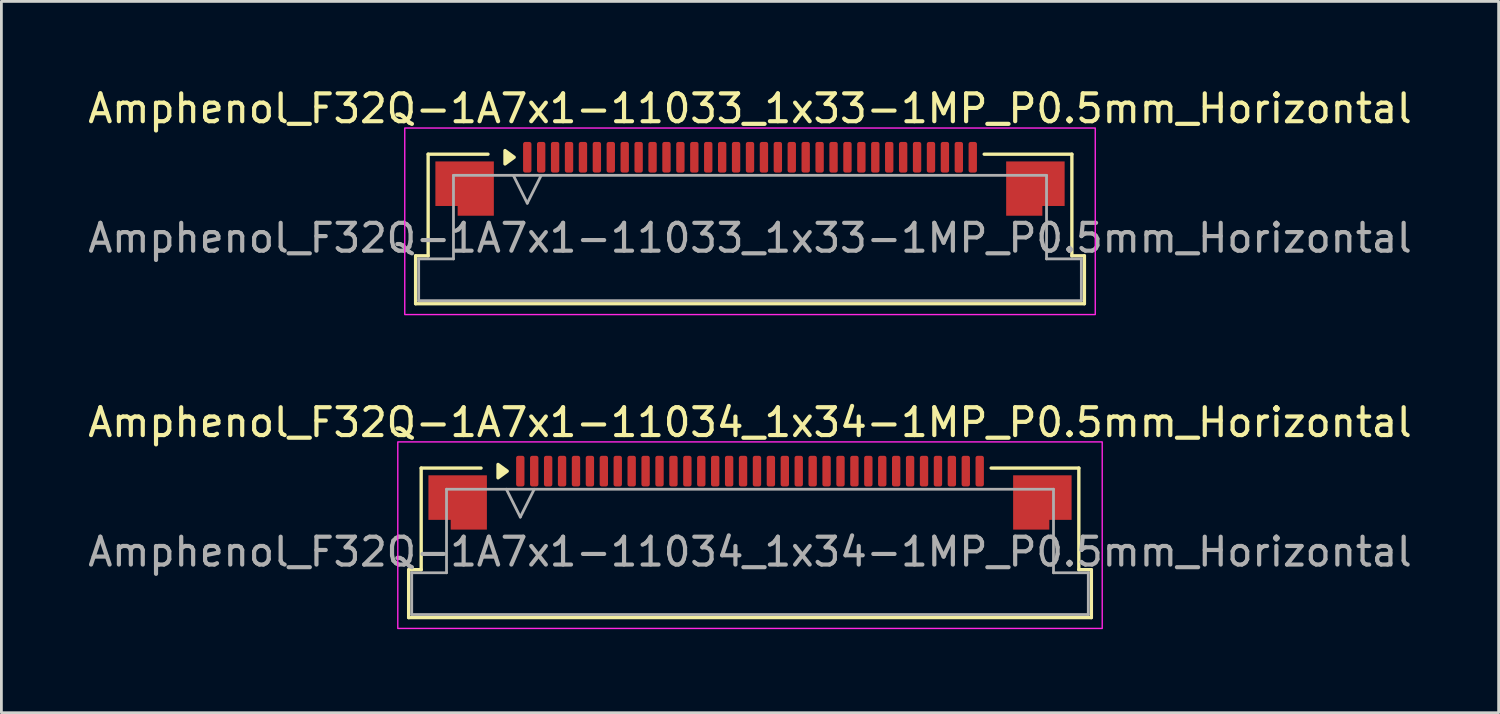
<source format=kicad_pcb>
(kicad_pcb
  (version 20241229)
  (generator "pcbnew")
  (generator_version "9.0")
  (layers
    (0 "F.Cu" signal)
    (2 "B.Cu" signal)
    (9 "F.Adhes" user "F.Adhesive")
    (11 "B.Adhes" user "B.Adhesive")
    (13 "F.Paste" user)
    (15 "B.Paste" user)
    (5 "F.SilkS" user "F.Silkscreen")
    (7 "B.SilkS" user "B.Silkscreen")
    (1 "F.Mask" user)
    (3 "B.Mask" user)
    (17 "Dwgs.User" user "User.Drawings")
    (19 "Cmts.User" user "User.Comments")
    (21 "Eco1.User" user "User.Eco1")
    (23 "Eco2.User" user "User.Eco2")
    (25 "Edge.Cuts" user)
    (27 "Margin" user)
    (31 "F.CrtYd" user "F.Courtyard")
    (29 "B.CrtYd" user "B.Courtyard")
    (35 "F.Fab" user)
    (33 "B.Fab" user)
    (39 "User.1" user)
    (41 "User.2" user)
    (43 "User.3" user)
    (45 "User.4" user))
  (footprint "Amphenol_F32Q-1A7x1-11033_1x33-1MP_P0.5mm_Horizontal"
    (layer "F.Cu")
    (at 23.887 5.498)
    (property "Reference" "Amphenol_F32Q-1A7x1-11033_1x33-1MP_P0.5mm_Horizontal" (at 0 -4.65 0) (layer "F.SilkS") (effects (font (size 1 1) (thickness 0.15))))
    (attr smd)
    (fp_line (start -12.01 0.64) (end -11.56 0.64) (stroke (width 0.12) (type solid)) (layer "F.SilkS"))
    (fp_line (start -12.01 2.36) (end -12.01 0.64) (stroke (width 0.12) (type solid)) (layer "F.SilkS"))
    (fp_line (start -11.56 -3.01) (end -9.41 -3.01) (stroke (width 0.12) (type solid)) (layer "F.SilkS"))
    (fp_line (start -11.56 0.64) (end -11.56 -3.01) (stroke (width 0.12) (type solid)) (layer "F.SilkS"))
    (fp_line (start 8.41 -3.01) (end 11.56 -3.01) (stroke (width 0.12) (type solid)) (layer "F.SilkS"))
    (fp_line (start 11.56 -3.01) (end 11.56 0.64) (stroke (width 0.12) (type solid)) (layer "F.SilkS"))
    (fp_line (start 11.56 0.64) (end 12.01 0.64) (stroke (width 0.12) (type solid)) (layer "F.SilkS"))
    (fp_line (start 12.01 0.64) (end 12.01 2.36) (stroke (width 0.12) (type solid)) (layer "F.SilkS"))
    (fp_line (start 12.01 2.36) (end -12.01 2.36) (stroke (width 0.12) (type solid)) (layer "F.SilkS"))
    (fp_poly (pts (xy -8.47 -2.9) (xy -8.8 -2.66) (xy -8.8 -3.14)) (stroke (width 0.12) (type solid)) (fill yes) (layer "F.SilkS"))
    (fp_rect (start -12.4 -3.95) (end 12.4 2.75) (stroke (width 0.05) (type solid)) (fill no) (layer "F.CrtYd"))
    (fp_line (start -11.9 0.75) (end -10.65 0.75) (stroke (width 0.1) (type solid)) (layer "F.Fab"))
    (fp_line (start -11.9 2.25) (end -11.9 0.75) (stroke (width 0.1) (type solid)) (layer "F.Fab"))
    (fp_line (start -10.65 -2.25) (end 10.65 -2.25) (stroke (width 0.1) (type solid)) (layer "F.Fab"))
    (fp_line (start -10.65 0.75) (end -10.65 -2.25) (stroke (width 0.1) (type solid)) (layer "F.Fab"))
    (fp_line (start -8.5 -2.25) (end -8 -1.25) (stroke (width 0.1) (type solid)) (layer "F.Fab"))
    (fp_line (start -8 -1.25) (end -7.5 -2.25) (stroke (width 0.1) (type solid)) (layer "F.Fab"))
    (fp_line (start 10.65 -2.25) (end 10.65 0.75) (stroke (width 0.1) (type solid)) (layer "F.Fab"))
    (fp_line (start 10.65 0.75) (end 11.9 0.75) (stroke (width 0.1) (type solid)) (layer "F.Fab"))
    (fp_line (start 11.9 0.75) (end 11.9 2.25) (stroke (width 0.1) (type solid)) (layer "F.Fab"))
    (fp_line (start 11.9 2.25) (end -11.9 2.25) (stroke (width 0.1) (type solid)) (layer "F.Fab"))
    (fp_text user "${REFERENCE}" (at 0 0 0) (layer "F.Fab") (effects (font (size 1 1) (thickness 0.15))))
    (pad "1" smd roundrect (at -8 -2.9) (size 0.3 1.1) (layers "F.Cu" "F.Mask" "F.Paste") (roundrect_rratio 0.25))
    (pad "2" smd roundrect (at -7.5 -2.9) (size 0.3 1.1) (layers "F.Cu" "F.Mask" "F.Paste") (roundrect_rratio 0.25))
    (pad "3" smd roundrect (at -7 -2.9) (size 0.3 1.1) (layers "F.Cu" "F.Mask" "F.Paste") (roundrect_rratio 0.25))
    (pad "4" smd roundrect (at -6.5 -2.9) (size 0.3 1.1) (layers "F.Cu" "F.Mask" "F.Paste") (roundrect_rratio 0.25))
    (pad "5" smd roundrect (at -6 -2.9) (size 0.3 1.1) (layers "F.Cu" "F.Mask" "F.Paste") (roundrect_rratio 0.25))
    (pad "6" smd roundrect (at -5.5 -2.9) (size 0.3 1.1) (layers "F.Cu" "F.Mask" "F.Paste") (roundrect_rratio 0.25))
    (pad "7" smd roundrect (at -5 -2.9) (size 0.3 1.1) (layers "F.Cu" "F.Mask" "F.Paste") (roundrect_rratio 0.25))
    (pad "8" smd roundrect (at -4.5 -2.9) (size 0.3 1.1) (layers "F.Cu" "F.Mask" "F.Paste") (roundrect_rratio 0.25))
    (pad "9" smd roundrect (at -4 -2.9) (size 0.3 1.1) (layers "F.Cu" "F.Mask" "F.Paste") (roundrect_rratio 0.25))
    (pad "10" smd roundrect (at -3.5 -2.9) (size 0.3 1.1) (layers "F.Cu" "F.Mask" "F.Paste") (roundrect_rratio 0.25))
    (pad "11" smd roundrect (at -3 -2.9) (size 0.3 1.1) (layers "F.Cu" "F.Mask" "F.Paste") (roundrect_rratio 0.25))
    (pad "12" smd roundrect (at -2.5 -2.9) (size 0.3 1.1) (layers "F.Cu" "F.Mask" "F.Paste") (roundrect_rratio 0.25))
    (pad "13" smd roundrect (at -2 -2.9) (size 0.3 1.1) (layers "F.Cu" "F.Mask" "F.Paste") (roundrect_rratio 0.25))
    (pad "14" smd roundrect (at -1.5 -2.9) (size 0.3 1.1) (layers "F.Cu" "F.Mask" "F.Paste") (roundrect_rratio 0.25))
    (pad "15" smd roundrect (at -1 -2.9) (size 0.3 1.1) (layers "F.Cu" "F.Mask" "F.Paste") (roundrect_rratio 0.25))
    (pad "16" smd roundrect (at -0.5 -2.9) (size 0.3 1.1) (layers "F.Cu" "F.Mask" "F.Paste") (roundrect_rratio 0.25))
    (pad "17" smd roundrect (at 0 -2.9) (size 0.3 1.1) (layers "F.Cu" "F.Mask" "F.Paste") (roundrect_rratio 0.25))
    (pad "18" smd roundrect (at 0.5 -2.9) (size 0.3 1.1) (layers "F.Cu" "F.Mask" "F.Paste") (roundrect_rratio 0.25))
    (pad "19" smd roundrect (at 1 -2.9) (size 0.3 1.1) (layers "F.Cu" "F.Mask" "F.Paste") (roundrect_rratio 0.25))
    (pad "20" smd roundrect (at 1.5 -2.9) (size 0.3 1.1) (layers "F.Cu" "F.Mask" "F.Paste") (roundrect_rratio 0.25))
    (pad "21" smd roundrect (at 2 -2.9) (size 0.3 1.1) (layers "F.Cu" "F.Mask" "F.Paste") (roundrect_rratio 0.25))
    (pad "22" smd roundrect (at 2.5 -2.9) (size 0.3 1.1) (layers "F.Cu" "F.Mask" "F.Paste") (roundrect_rratio 0.25))
    (pad "23" smd roundrect (at 3 -2.9) (size 0.3 1.1) (layers "F.Cu" "F.Mask" "F.Paste") (roundrect_rratio 0.25))
    (pad "24" smd roundrect (at 3.5 -2.9) (size 0.3 1.1) (layers "F.Cu" "F.Mask" "F.Paste") (roundrect_rratio 0.25))
    (pad "25" smd roundrect (at 4 -2.9) (size 0.3 1.1) (layers "F.Cu" "F.Mask" "F.Paste") (roundrect_rratio 0.25))
    (pad "26" smd roundrect (at 4.5 -2.9) (size 0.3 1.1) (layers "F.Cu" "F.Mask" "F.Paste") (roundrect_rratio 0.25))
    (pad "27" smd roundrect (at 5 -2.9) (size 0.3 1.1) (layers "F.Cu" "F.Mask" "F.Paste") (roundrect_rratio 0.25))
    (pad "28" smd roundrect (at 5.5 -2.9) (size 0.3 1.1) (layers "F.Cu" "F.Mask" "F.Paste") (roundrect_rratio 0.25))
    (pad "29" smd roundrect (at 6 -2.9) (size 0.3 1.1) (layers "F.Cu" "F.Mask" "F.Paste") (roundrect_rratio 0.25))
    (pad "30" smd roundrect (at 6.5 -2.9) (size 0.3 1.1) (layers "F.Cu" "F.Mask" "F.Paste") (roundrect_rratio 0.25))
    (pad "31" smd roundrect (at 7 -2.9) (size 0.3 1.1) (layers "F.Cu" "F.Mask" "F.Paste") (roundrect_rratio 0.25))
    (pad "32" smd roundrect (at 7.5 -2.9) (size 0.3 1.1) (layers "F.Cu" "F.Mask" "F.Paste") (roundrect_rratio 0.25))
    (pad "33" smd roundrect (at 8 -2.9) (size 0.3 1.1) (layers "F.Cu" "F.Mask" "F.Paste") (roundrect_rratio 0.25))
    (pad "MP" smd custom (at -10.25 -1.775) (size 1 1) (layers "F.Cu" "F.Mask" "F.Paste") (options (anchor circle)) (primitives (gr_poly (pts (xy 1.05 -0.975) (xy 1.05 0.975) (xy -0.25 0.975) (xy -0.25 0.625) (xy -1.05 0.625) (xy -1.05 -0.975)) (width 0) (fill yes))))
    (pad "MP" smd custom (at 10.25 -1.775) (size 1 1) (layers "F.Cu" "F.Mask" "F.Paste") (options (anchor circle)) (primitives (gr_poly (pts (xy -1.05 -0.975) (xy -1.05 0.975) (xy 0.25 0.975) (xy 0.25 0.625) (xy 1.05 0.625) (xy 1.05 -0.975)) (width 0) (fill yes)))))
  (footprint "Amphenol_F32Q-1A7x1-11034_1x34-1MP_P0.5mm_Horizontal"
    (layer "F.Cu")
    (at 23.887 16.771)
    (property "Reference" "Amphenol_F32Q-1A7x1-11034_1x34-1MP_P0.5mm_Horizontal" (at 0 -4.65 0) (layer "F.SilkS") (effects (font (size 1 1) (thickness 0.15))))
    (attr smd)
    (fp_line (start -12.26 0.64) (end -11.81 0.64) (stroke (width 0.12) (type solid)) (layer "F.SilkS"))
    (fp_line (start -12.26 2.36) (end -12.26 0.64) (stroke (width 0.12) (type solid)) (layer "F.SilkS"))
    (fp_line (start -11.81 -3.01) (end -9.66 -3.01) (stroke (width 0.12) (type solid)) (layer "F.SilkS"))
    (fp_line (start -11.81 0.64) (end -11.81 -3.01) (stroke (width 0.12) (type solid)) (layer "F.SilkS"))
    (fp_line (start 8.66 -3.01) (end 11.81 -3.01) (stroke (width 0.12) (type solid)) (layer "F.SilkS"))
    (fp_line (start 11.81 -3.01) (end 11.81 0.64) (stroke (width 0.12) (type solid)) (layer "F.SilkS"))
    (fp_line (start 11.81 0.64) (end 12.26 0.64) (stroke (width 0.12) (type solid)) (layer "F.SilkS"))
    (fp_line (start 12.26 0.64) (end 12.26 2.36) (stroke (width 0.12) (type solid)) (layer "F.SilkS"))
    (fp_line (start 12.26 2.36) (end -12.26 2.36) (stroke (width 0.12) (type solid)) (layer "F.SilkS"))
    (fp_poly (pts (xy -8.72 -2.9) (xy -9.05 -2.66) (xy -9.05 -3.14)) (stroke (width 0.12) (type solid)) (fill yes) (layer "F.SilkS"))
    (fp_rect (start -12.65 -3.95) (end 12.65 2.75) (stroke (width 0.05) (type solid)) (fill no) (layer "F.CrtYd"))
    (fp_line (start -12.15 0.75) (end -10.9 0.75) (stroke (width 0.1) (type solid)) (layer "F.Fab"))
    (fp_line (start -12.15 2.25) (end -12.15 0.75) (stroke (width 0.1) (type solid)) (layer "F.Fab"))
    (fp_line (start -10.9 -2.25) (end 10.9 -2.25) (stroke (width 0.1) (type solid)) (layer "F.Fab"))
    (fp_line (start -10.9 0.75) (end -10.9 -2.25) (stroke (width 0.1) (type solid)) (layer "F.Fab"))
    (fp_line (start -8.75 -2.25) (end -8.25 -1.25) (stroke (width 0.1) (type solid)) (layer "F.Fab"))
    (fp_line (start -8.25 -1.25) (end -7.75 -2.25) (stroke (width 0.1) (type solid)) (layer "F.Fab"))
    (fp_line (start 10.9 -2.25) (end 10.9 0.75) (stroke (width 0.1) (type solid)) (layer "F.Fab"))
    (fp_line (start 10.9 0.75) (end 12.15 0.75) (stroke (width 0.1) (type solid)) (layer "F.Fab"))
    (fp_line (start 12.15 0.75) (end 12.15 2.25) (stroke (width 0.1) (type solid)) (layer "F.Fab"))
    (fp_line (start 12.15 2.25) (end -12.15 2.25) (stroke (width 0.1) (type solid)) (layer "F.Fab"))
    (fp_text user "${REFERENCE}" (at 0 0 0) (layer "F.Fab") (effects (font (size 1 1) (thickness 0.15))))
    (pad "1" smd roundrect (at -8.25 -2.9) (size 0.3 1.1) (layers "F.Cu" "F.Mask" "F.Paste") (roundrect_rratio 0.25))
    (pad "2" smd roundrect (at -7.75 -2.9) (size 0.3 1.1) (layers "F.Cu" "F.Mask" "F.Paste") (roundrect_rratio 0.25))
    (pad "3" smd roundrect (at -7.25 -2.9) (size 0.3 1.1) (layers "F.Cu" "F.Mask" "F.Paste") (roundrect_rratio 0.25))
    (pad "4" smd roundrect (at -6.75 -2.9) (size 0.3 1.1) (layers "F.Cu" "F.Mask" "F.Paste") (roundrect_rratio 0.25))
    (pad "5" smd roundrect (at -6.25 -2.9) (size 0.3 1.1) (layers "F.Cu" "F.Mask" "F.Paste") (roundrect_rratio 0.25))
    (pad "6" smd roundrect (at -5.75 -2.9) (size 0.3 1.1) (layers "F.Cu" "F.Mask" "F.Paste") (roundrect_rratio 0.25))
    (pad "7" smd roundrect (at -5.25 -2.9) (size 0.3 1.1) (layers "F.Cu" "F.Mask" "F.Paste") (roundrect_rratio 0.25))
    (pad "8" smd roundrect (at -4.75 -2.9) (size 0.3 1.1) (layers "F.Cu" "F.Mask" "F.Paste") (roundrect_rratio 0.25))
    (pad "9" smd roundrect (at -4.25 -2.9) (size 0.3 1.1) (layers "F.Cu" "F.Mask" "F.Paste") (roundrect_rratio 0.25))
    (pad "10" smd roundrect (at -3.75 -2.9) (size 0.3 1.1) (layers "F.Cu" "F.Mask" "F.Paste") (roundrect_rratio 0.25))
    (pad "11" smd roundrect (at -3.25 -2.9) (size 0.3 1.1) (layers "F.Cu" "F.Mask" "F.Paste") (roundrect_rratio 0.25))
    (pad "12" smd roundrect (at -2.75 -2.9) (size 0.3 1.1) (layers "F.Cu" "F.Mask" "F.Paste") (roundrect_rratio 0.25))
    (pad "13" smd roundrect (at -2.25 -2.9) (size 0.3 1.1) (layers "F.Cu" "F.Mask" "F.Paste") (roundrect_rratio 0.25))
    (pad "14" smd roundrect (at -1.75 -2.9) (size 0.3 1.1) (layers "F.Cu" "F.Mask" "F.Paste") (roundrect_rratio 0.25))
    (pad "15" smd roundrect (at -1.25 -2.9) (size 0.3 1.1) (layers "F.Cu" "F.Mask" "F.Paste") (roundrect_rratio 0.25))
    (pad "16" smd roundrect (at -0.75 -2.9) (size 0.3 1.1) (layers "F.Cu" "F.Mask" "F.Paste") (roundrect_rratio 0.25))
    (pad "17" smd roundrect (at -0.25 -2.9) (size 0.3 1.1) (layers "F.Cu" "F.Mask" "F.Paste") (roundrect_rratio 0.25))
    (pad "18" smd roundrect (at 0.25 -2.9) (size 0.3 1.1) (layers "F.Cu" "F.Mask" "F.Paste") (roundrect_rratio 0.25))
    (pad "19" smd roundrect (at 0.75 -2.9) (size 0.3 1.1) (layers "F.Cu" "F.Mask" "F.Paste") (roundrect_rratio 0.25))
    (pad "20" smd roundrect (at 1.25 -2.9) (size 0.3 1.1) (layers "F.Cu" "F.Mask" "F.Paste") (roundrect_rratio 0.25))
    (pad "21" smd roundrect (at 1.75 -2.9) (size 0.3 1.1) (layers "F.Cu" "F.Mask" "F.Paste") (roundrect_rratio 0.25))
    (pad "22" smd roundrect (at 2.25 -2.9) (size 0.3 1.1) (layers "F.Cu" "F.Mask" "F.Paste") (roundrect_rratio 0.25))
    (pad "23" smd roundrect (at 2.75 -2.9) (size 0.3 1.1) (layers "F.Cu" "F.Mask" "F.Paste") (roundrect_rratio 0.25))
    (pad "24" smd roundrect (at 3.25 -2.9) (size 0.3 1.1) (layers "F.Cu" "F.Mask" "F.Paste") (roundrect_rratio 0.25))
    (pad "25" smd roundrect (at 3.75 -2.9) (size 0.3 1.1) (layers "F.Cu" "F.Mask" "F.Paste") (roundrect_rratio 0.25))
    (pad "26" smd roundrect (at 4.25 -2.9) (size 0.3 1.1) (layers "F.Cu" "F.Mask" "F.Paste") (roundrect_rratio 0.25))
    (pad "27" smd roundrect (at 4.75 -2.9) (size 0.3 1.1) (layers "F.Cu" "F.Mask" "F.Paste") (roundrect_rratio 0.25))
    (pad "28" smd roundrect (at 5.25 -2.9) (size 0.3 1.1) (layers "F.Cu" "F.Mask" "F.Paste") (roundrect_rratio 0.25))
    (pad "29" smd roundrect (at 5.75 -2.9) (size 0.3 1.1) (layers "F.Cu" "F.Mask" "F.Paste") (roundrect_rratio 0.25))
    (pad "30" smd roundrect (at 6.25 -2.9) (size 0.3 1.1) (layers "F.Cu" "F.Mask" "F.Paste") (roundrect_rratio 0.25))
    (pad "31" smd roundrect (at 6.75 -2.9) (size 0.3 1.1) (layers "F.Cu" "F.Mask" "F.Paste") (roundrect_rratio 0.25))
    (pad "32" smd roundrect (at 7.25 -2.9) (size 0.3 1.1) (layers "F.Cu" "F.Mask" "F.Paste") (roundrect_rratio 0.25))
    (pad "33" smd roundrect (at 7.75 -2.9) (size 0.3 1.1) (layers "F.Cu" "F.Mask" "F.Paste") (roundrect_rratio 0.25))
    (pad "34" smd roundrect (at 8.25 -2.9) (size 0.3 1.1) (layers "F.Cu" "F.Mask" "F.Paste") (roundrect_rratio 0.25))
    (pad "MP" smd custom (at -10.5 -1.775) (size 1 1) (layers "F.Cu" "F.Mask" "F.Paste") (options (anchor circle)) (primitives (gr_poly (pts (xy 1.05 -0.975) (xy 1.05 0.975) (xy -0.25 0.975) (xy -0.25 0.625) (xy -1.05 0.625) (xy -1.05 -0.975)) (width 0) (fill yes))))
    (pad "MP" smd custom (at 10.5 -1.775) (size 1 1) (layers "F.Cu" "F.Mask" "F.Paste") (options (anchor circle)) (primitives (gr_poly (pts (xy -1.05 -0.975) (xy -1.05 0.975) (xy 0.25 0.975) (xy 0.25 0.625) (xy 1.05 0.625) (xy 1.05 -0.975)) (width 0) (fill yes)))))
  (gr_rect
    (start -3 -3)
    (end 50.774 22.547)
    (stroke (width 0.1) (type default))
    (fill no)
    (layer "Edge.Cuts")))
</source>
